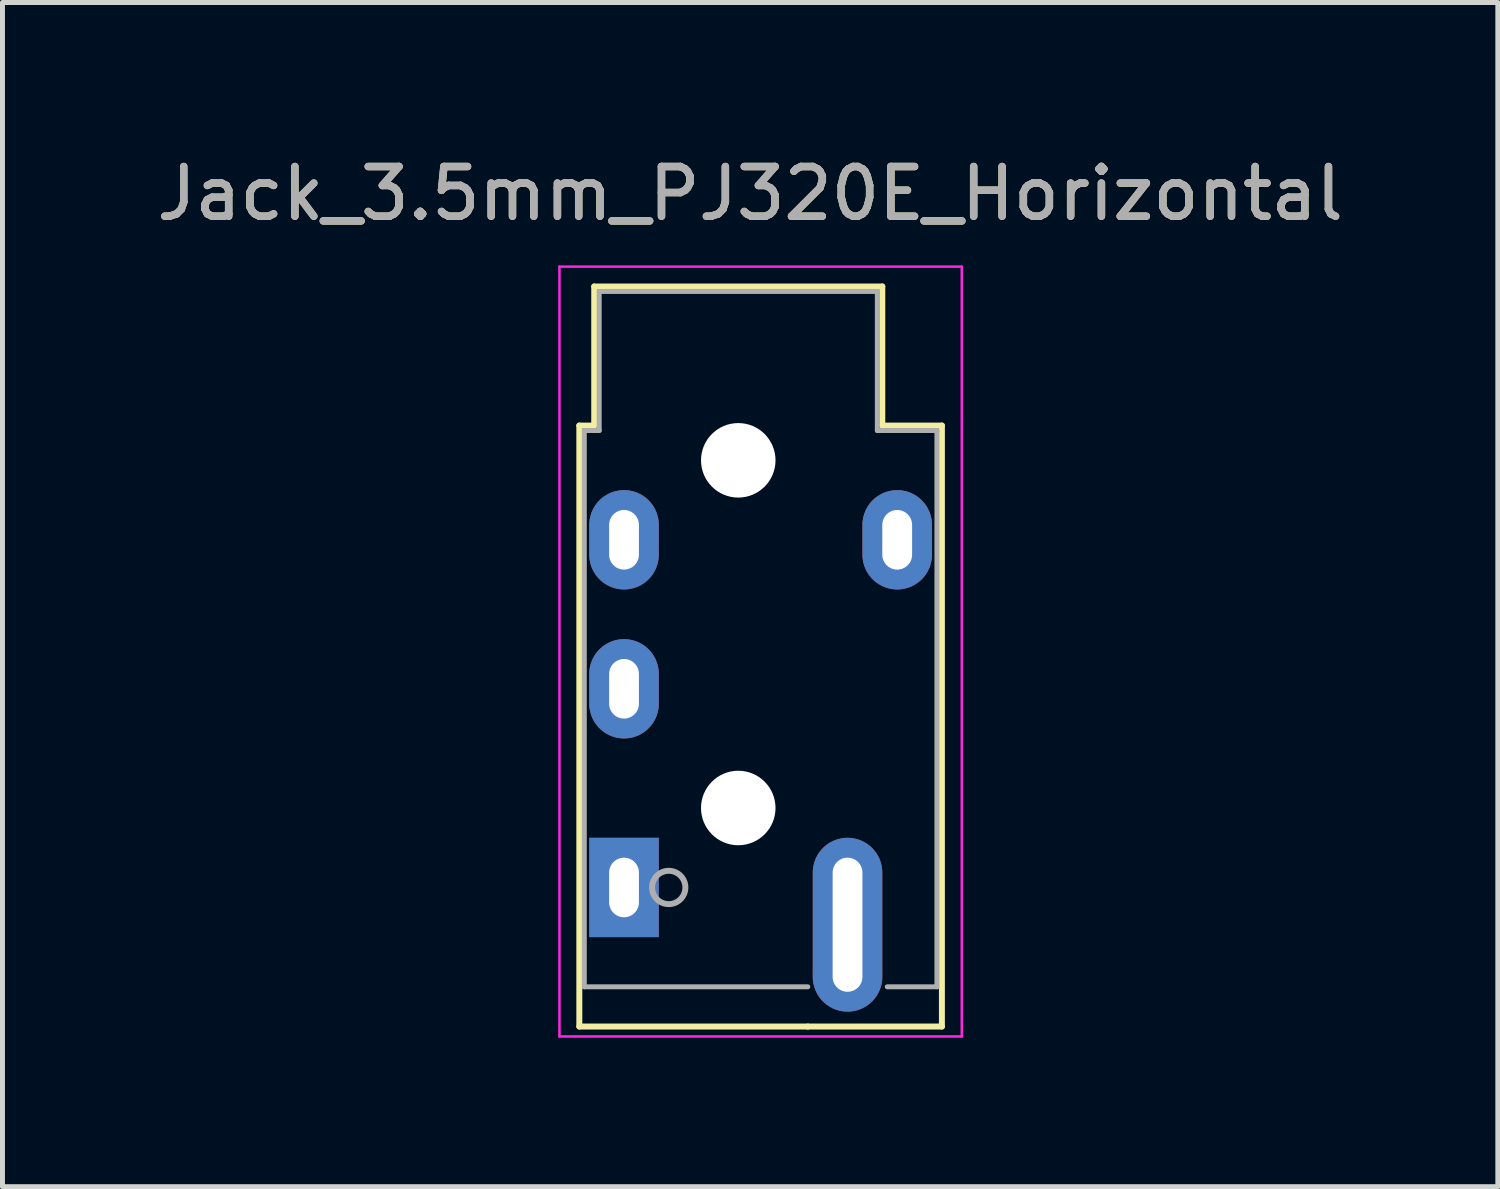
<source format=kicad_pcb>
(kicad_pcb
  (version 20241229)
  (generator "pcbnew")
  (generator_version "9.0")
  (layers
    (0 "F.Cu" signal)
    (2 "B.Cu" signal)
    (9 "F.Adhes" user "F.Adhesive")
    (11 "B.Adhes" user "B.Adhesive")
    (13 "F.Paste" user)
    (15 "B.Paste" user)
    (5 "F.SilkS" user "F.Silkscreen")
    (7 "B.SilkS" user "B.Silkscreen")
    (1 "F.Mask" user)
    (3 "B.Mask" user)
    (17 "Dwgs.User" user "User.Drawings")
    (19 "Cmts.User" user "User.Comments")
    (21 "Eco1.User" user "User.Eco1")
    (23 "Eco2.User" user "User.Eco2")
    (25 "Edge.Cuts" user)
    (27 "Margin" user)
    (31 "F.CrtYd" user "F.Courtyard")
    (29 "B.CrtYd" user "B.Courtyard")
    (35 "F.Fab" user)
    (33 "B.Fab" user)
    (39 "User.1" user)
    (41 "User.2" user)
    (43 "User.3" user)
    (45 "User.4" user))
  (footprint "Jack_3.5mm_PJ320E_Horizontal"
    (layer "F.Cu")
    (at 9.514 14.818)
    (property "Reference" "Jack_3.5mm_PJ320E_Horizontal" (at 2.54 -13.97 0) (layer "F.SilkS") (effects (font (size 1 1) (thickness 0.15))))
    (attr through_hole)
    (fp_line (start -0.9 -9.3) (end -0.9 2.8) (stroke (width 0.12) (type solid)) (layer "F.SilkS"))
    (fp_line (start -0.9 -9.3) (end -0.6 -9.3) (stroke (width 0.12) (type solid)) (layer "F.SilkS"))
    (fp_line (start -0.9 2.8) (end 3.7 2.8) (stroke (width 0.12) (type solid)) (layer "F.SilkS"))
    (fp_line (start -0.6 -9.3) (end -0.6 -12.1) (stroke (width 0.12) (type solid)) (layer "F.SilkS"))
    (fp_line (start 5.2 -12.1) (end -0.6 -12.1) (stroke (width 0.12) (type solid)) (layer "F.SilkS"))
    (fp_line (start 5.2 -9.3) (end 5.2 -12.1) (stroke (width 0.12) (type solid)) (layer "F.SilkS"))
    (fp_line (start 5.2 -9.3) (end 6.4 -9.3) (stroke (width 0.12) (type solid)) (layer "F.SilkS"))
    (fp_line (start 6.4 -9.3) (end 6.4 2.8) (stroke (width 0.12) (type solid)) (layer "F.SilkS"))
    (fp_line (start 6.4 2.8) (end 3.7 2.8) (stroke (width 0.12) (type solid)) (layer "F.SilkS"))
    (fp_line (start -1.3 -12.5) (end -1.3 3) (stroke (width 0.05) (type solid)) (layer "F.CrtYd"))
    (fp_line (start -1.3 -12.5) (end 6.8 -12.5) (stroke (width 0.05) (type solid)) (layer "F.CrtYd"))
    (fp_line (start -1.3 3) (end 6.8 3) (stroke (width 0.05) (type solid)) (layer "F.CrtYd"))
    (fp_line (start 6.8 -12.5) (end 6.8 3) (stroke (width 0.05) (type solid)) (layer "F.CrtYd"))
    (fp_line (start -0.8 -9.2) (end -0.5 -9.2) (stroke (width 0.1) (type solid)) (layer "F.Fab"))
    (fp_line (start -0.8 2) (end -0.8 -9.2) (stroke (width 0.1) (type solid)) (layer "F.Fab"))
    (fp_line (start -0.5 -12) (end 5.1 -12) (stroke (width 0.1) (type solid)) (layer "F.Fab"))
    (fp_line (start -0.5 -9.2) (end -0.5 -12) (stroke (width 0.1) (type solid)) (layer "F.Fab"))
    (fp_line (start 3.7 2) (end -0.8 2) (stroke (width 0.1) (type solid)) (layer "F.Fab"))
    (fp_line (start 5.1 -12) (end 5.1 -9.2) (stroke (width 0.1) (type solid)) (layer "F.Fab"))
    (fp_line (start 5.1 -9.2) (end 6.3 -9.2) (stroke (width 0.1) (type solid)) (layer "F.Fab"))
    (fp_line (start 6.3 -9.2) (end 6.3 2) (stroke (width 0.1) (type solid)) (layer "F.Fab"))
    (fp_line (start 6.3 2) (end 5.3 2) (stroke (width 0.1) (type solid)) (layer "F.Fab"))
    (fp_circle (center 0.9 0) (end 1.2 0.15) (stroke (width 0.12) (type solid)) (fill no) (layer "F.Fab"))
    (fp_text user "${REFERENCE}" (at 2.54 -13.97 0) (layer "F.Fab") (effects (font (size 1 1) (thickness 0.15))))
    (pad "" np_thru_hole oval (at 2.3 -8.6 270) (size 1.5 1.5) (drill oval 1.5) (layers "*.Cu" "*.Mask"))
    (pad "" np_thru_hole oval (at 2.3 -1.6 270) (size 1.5 1.5) (drill oval 1.5) (layers "*.Cu" "*.Mask"))
    (pad "" thru_hole oval (at 5.5 -7 270) (size 2 1.4) (drill oval 1.2 0.6) (layers "*.Cu" "*.Mask"))
    (pad "R1" thru_hole oval (at 0 -4 270) (size 2 1.4) (drill oval 1.2 0.6) (layers "*.Cu" "*.Mask"))
    (pad "R2" thru_hole oval (at 0 -7 270) (size 2 1.4) (drill oval 1.2 0.6) (layers "*.Cu" "*.Mask"))
    (pad "S" thru_hole oval (at 4.5 0.75 270) (size 3.5 1.4) (drill oval 2.7 0.6) (layers "*.Cu" "*.Mask"))
    (pad "T" thru_hole rect (at 0 0 270) (size 2 1.4) (drill oval 1.2 0.6) (layers "*.Cu" "*.Mask")))
  (gr_rect
    (start -3 -3)
    (end 27.107 20.843)
    (stroke (width 0.1) (type default))
    (fill no)
    (layer "Edge.Cuts")))
</source>
